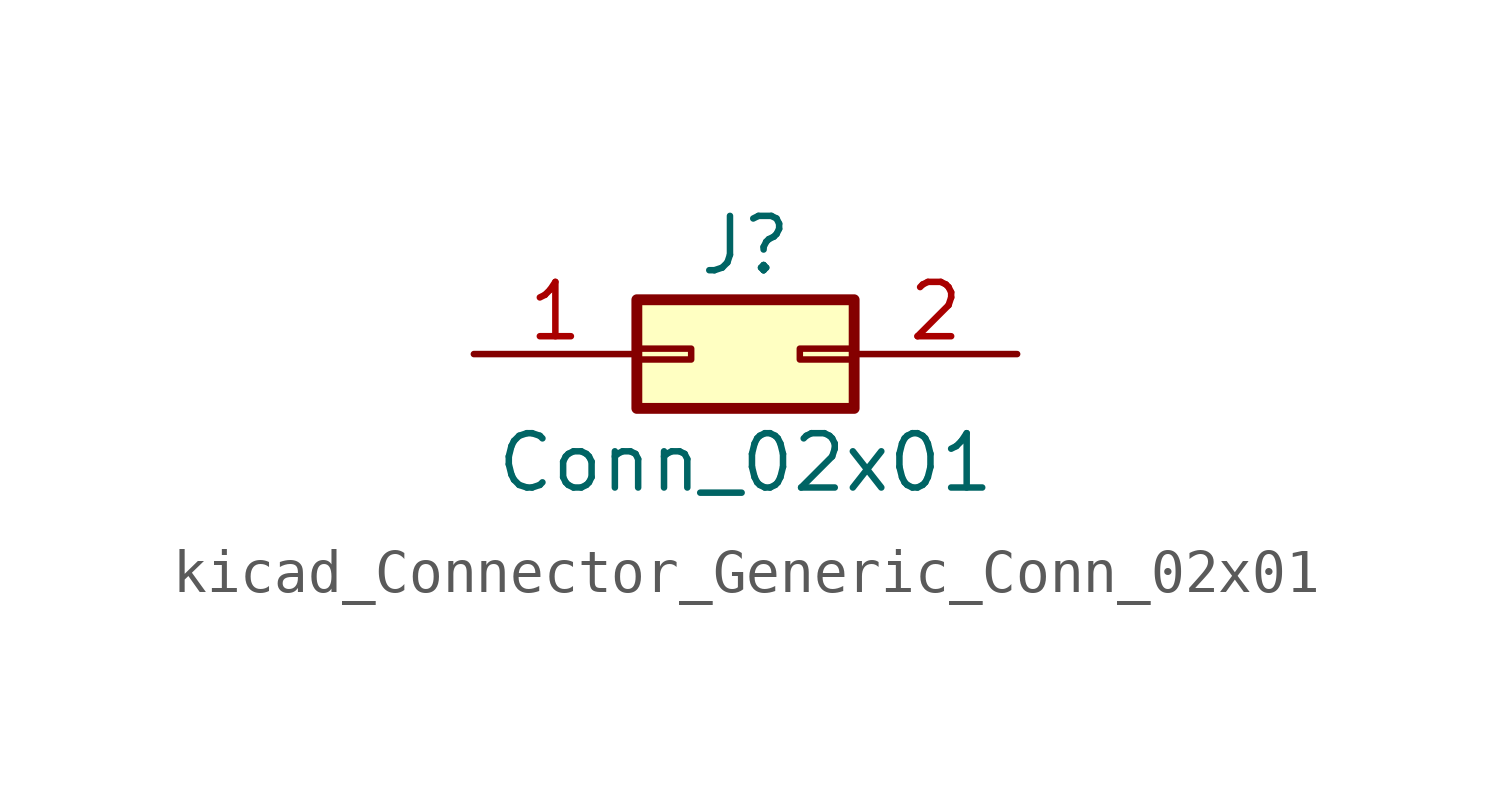
<source format=kicad_sym>
(kicad_symbol_lib
  (version 20220914)
  (generator kicad_symbol_editor)
  (symbol "kicad_Connector_Generic_Conn_02x01"
    (pin_names
      (offset 1.016) hide)
    (property "Reference" "J"
      (at 1.27 2.54 0)
      (effects (font (size 1.27 1.27))))
    (property "Value" "Conn_02x01"
      (at 1.27 -2.54 0)
      (effects (font (size 1.27 1.27))))
    (symbol "kicad_Connector_Generic_Conn_02x01_1_1"
      (rectangle (start -1.27 0.127) (end 0 -0.127) (stroke (width 0.152) (type default)) (fill (type none)))
      (rectangle (start -1.27 1.27) (end 3.81 -1.27) (stroke (width 0.254) (type default)) (fill (type background)))
      (rectangle (start 3.81 0.127) (end 2.54 -0.127) (stroke (width 0.152) (type default)) (fill (type none)))
      (pin passive line (at -5.08 0 0) (length 3.81) (name "Pin_1" (effects (font (size 1.27 1.27)))) (number "1" (effects (font (size 1.27 1.27)))))
      (pin passive line (at 7.62 0 180) (length 3.81) (name "Pin_2" (effects (font (size 1.27 1.27)))) (number "2" (effects (font (size 1.27 1.27))))))))
</source>
